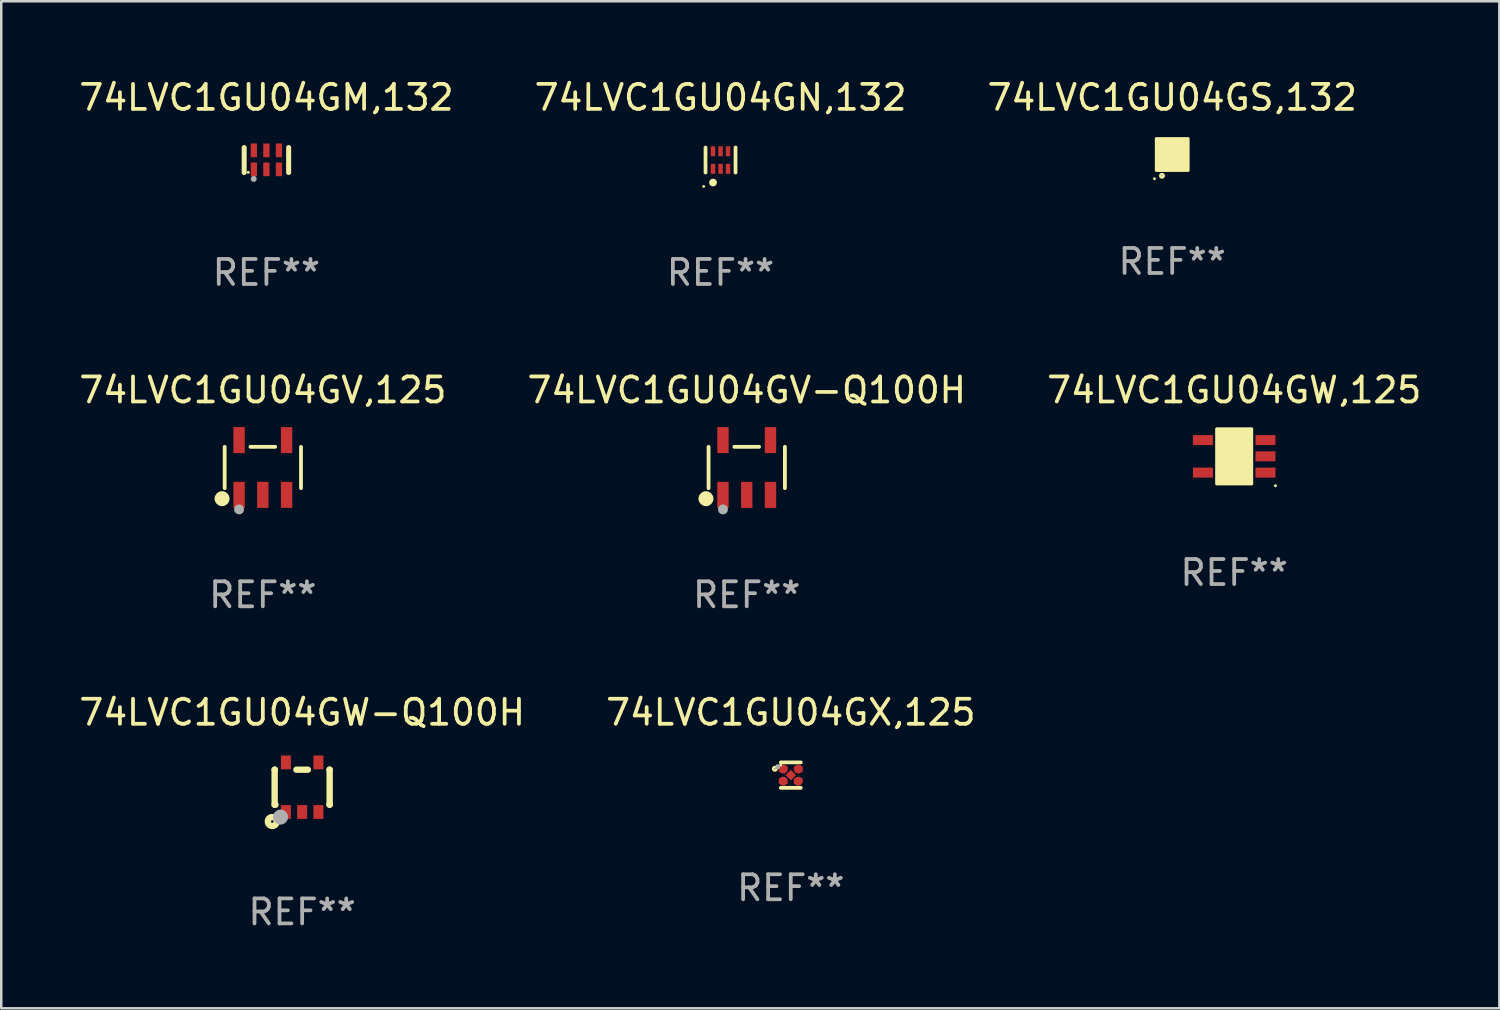
<source format=kicad_pcb>
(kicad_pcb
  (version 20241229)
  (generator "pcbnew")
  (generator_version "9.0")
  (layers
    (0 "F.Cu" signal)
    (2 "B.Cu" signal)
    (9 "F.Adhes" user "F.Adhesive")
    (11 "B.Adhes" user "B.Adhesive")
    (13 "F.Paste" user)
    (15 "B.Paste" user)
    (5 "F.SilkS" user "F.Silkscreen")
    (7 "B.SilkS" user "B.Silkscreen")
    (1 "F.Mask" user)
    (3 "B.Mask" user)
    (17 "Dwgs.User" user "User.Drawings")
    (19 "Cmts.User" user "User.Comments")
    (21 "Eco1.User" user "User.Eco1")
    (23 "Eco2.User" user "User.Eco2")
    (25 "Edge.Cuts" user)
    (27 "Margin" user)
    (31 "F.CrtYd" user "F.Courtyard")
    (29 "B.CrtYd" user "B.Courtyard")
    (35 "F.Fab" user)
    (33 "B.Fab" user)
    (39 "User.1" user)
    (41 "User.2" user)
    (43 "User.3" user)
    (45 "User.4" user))
  (footprint "74LVC1GU04GS,132"
    (layer "F.Cu")
    (at 43.815 3.128)
    (property "Reference" "74LVC1GU04GS,132" (at 0 -2.28 0) (layer "F.SilkS") (effects (font (size 1 1) (thickness 0.15))))
    (attr through_hole)
    (fp_circle (center -0.71 0.968) (end -0.68 0.968) (stroke (width 0.06) (type solid)) (fill no) (layer "F.SilkS"))
    (fp_circle (center -0.41 0.85) (end -0.342 0.85) (stroke (width 0.1) (type solid)) (fill no) (layer "F.SilkS"))
    (fp_poly (pts (xy -0.635 -0.635) (xy 0.635 -0.635) (xy 0.635 0.635) (xy -0.635 0.635)) (stroke (width 0.12) (type solid)) (fill yes) (layer "F.SilkS"))
    (fp_text user "REF**" (at 0 4.28 0) (layer "F.Fab") (effects (font (size 1 1) (thickness 0.15))))
    (pad "1" smd rect (at -0.35 0.28 90) (size 0.35 0.2) (layers "F.Cu" "F.Mask" "F.Paste"))
    (pad "2" smd rect (at 0 0.28 90) (size 0.35 0.2) (layers "F.Cu" "F.Mask" "F.Paste"))
    (pad "3" smd rect (at 0.35 0.28 90) (size 0.35 0.2) (layers "F.Cu" "F.Mask" "F.Paste"))
    (pad "4" smd rect (at 0.35 -0.28 90) (size 0.35 0.2) (layers "F.Cu" "F.Mask" "F.Paste"))
    (pad "5" smd rect (at 0 -0.28 90) (size 0.35 0.2) (layers "F.Cu" "F.Mask" "F.Paste"))
    (pad "6" smd rect (at -0.35 -0.28 90) (size 0.35 0.2) (layers "F.Cu" "F.Mask" "F.Paste")))
  (footprint "74LVC1GU04GN,132"
    (layer "F.Cu")
    (at 25.756 3.348)
    (property "Reference" "74LVC1GU04GN,132" (at 0 -2.5 0) (layer "F.SilkS") (effects (font (size 1 1) (thickness 0.15))))
    (attr through_hole)
    (fp_line (start -0.6 -0.5) (end -0.6 0.5) (stroke (width 0.15) (type solid)) (layer "F.SilkS"))
    (fp_line (start 0.6 0.5) (end 0.6 -0.5) (stroke (width 0.15) (type solid)) (layer "F.SilkS"))
    (fp_circle (center -0.675 1.055) (end -0.645 1.055) (stroke (width 0.06) (type solid)) (fill no) (layer "F.SilkS"))
    (fp_circle (center -0.3 0.9) (end -0.22 0.9) (stroke (width 0.15) (type solid)) (fill no) (layer "F.SilkS"))
    (fp_text user "REF**" (at 0 4.5 0) (layer "F.Fab") (effects (font (size 1 1) (thickness 0.15))))
    (pad "1" smd rect (at -0.3 0.35) (size 0.18 0.4) (layers "F.Cu" "F.Mask" "F.Paste"))
    (pad "2" smd rect (at 0.000025 0.35) (size 0.18 0.4) (layers "F.Cu" "F.Mask" "F.Paste"))
    (pad "3" smd rect (at 0.3 0.35) (size 0.18 0.4) (layers "F.Cu" "F.Mask" "F.Paste"))
    (pad "4" smd rect (at 0.3 -0.35) (size 0.18 0.4) (layers "F.Cu" "F.Mask" "F.Paste"))
    (pad "5" smd rect (at 0.000025 -0.35) (size 0.18 0.4) (layers "F.Cu" "F.Mask" "F.Paste"))
    (pad "6" smd rect (at -0.3 -0.35) (size 0.18 0.4) (layers "F.Cu" "F.Mask" "F.Paste")))
  (footprint "74LVC1GU04GM,132"
    (layer "F.Cu")
    (at 7.601 3.348)
    (property "Reference" "74LVC1GU04GM,132" (at 0 -2.5 0) (layer "F.SilkS") (effects (font (size 1 1) (thickness 0.15))))
    (attr through_hole)
    (fp_line (start -0.889 0.5) (end -0.889 -0.5) (stroke (width 0.2) (type solid)) (layer "F.SilkS"))
    (fp_line (start 0.889 0.5) (end 0.889 -0.5) (stroke (width 0.2) (type solid)) (layer "F.SilkS"))
    (fp_circle (center -0.725 0.492) (end -0.695 0.492) (stroke (width 0.06) (type solid)) (fill no) (layer "F.SilkS"))
    (fp_circle (center -0.508 0.754) (end -0.448 0.754) (stroke (width 0.12) (type solid)) (fill no) (layer "F.Fab"))
    (fp_text user "REF**" (at 0 4.5 0) (layer "F.Fab") (effects (font (size 1 1) (thickness 0.15))))
    (pad "1" smd rect (at -0.5 0.372) (size 0.25 0.55) (layers "F.Cu" "F.Mask" "F.Paste"))
    (pad "2" smd rect (at -0.000127 0.372) (size 0.25 0.55) (layers "F.Cu" "F.Mask" "F.Paste"))
    (pad "3" smd rect (at 0.5 0.372) (size 0.25 0.55) (layers "F.Cu" "F.Mask" "F.Paste"))
    (pad "4" smd rect (at 0.5 -0.388 180) (size 0.25 0.55) (layers "F.Cu" "F.Mask" "F.Paste"))
    (pad "5" smd rect (at -0.000127 -0.388 180) (size 0.25 0.55) (layers "F.Cu" "F.Mask" "F.Paste"))
    (pad "6" smd rect (at -0.5 -0.388 180) (size 0.25 0.55) (layers "F.Cu" "F.Mask" "F.Paste")))
  (footprint "74LVC1GU04GW-Q100H"
    (layer "F.Cu")
    (at 9.03 28.422)
    (property "Reference" "74LVC1GU04GW-Q100H" (at 0 -2.991 0) (layer "F.SilkS") (effects (font (size 1 1) (thickness 0.15))))
    (attr through_hole)
    (fp_line (start -1.1 -0.7) (end -1.1 0.7) (stroke (width 0.254) (type solid)) (layer "F.SilkS"))
    (fp_line (start -1.1 -0.7) (end -1.09 -0.7) (stroke (width 0.254) (type solid)) (layer "F.SilkS"))
    (fp_line (start -1.1 0.7) (end -1.065 0.7) (stroke (width 0.254) (type solid)) (layer "F.SilkS"))
    (fp_line (start -0.23 -0.7) (end 0.23 -0.7) (stroke (width 0.254) (type solid)) (layer "F.SilkS"))
    (fp_line (start 1.09 -0.7) (end 1.1 -0.7) (stroke (width 0.254) (type solid)) (layer "F.SilkS"))
    (fp_line (start 1.09 0.7) (end 1.1 0.7) (stroke (width 0.254) (type solid)) (layer "F.SilkS"))
    (fp_line (start 1.1 -0.7) (end 1.1 0.7) (stroke (width 0.254) (type solid)) (layer "F.SilkS"))
    (fp_circle (center -1.194 1.372) (end -1.143 1.372) (stroke (width 0.254) (type solid)) (fill no) (layer "F.SilkS"))
    (fp_circle (center -1.05 1.063) (end -1.02 1.063) (stroke (width 0.06) (type solid)) (fill no) (layer "F.SilkS"))
    (fp_circle (center -0.864 1.194) (end -0.713 1.194) (stroke (width 0.3) (type solid)) (fill no) (layer "F.Fab"))
    (fp_text user "REF**" (at 0 4.991 0) (layer "F.Fab") (effects (font (size 1 1) (thickness 0.15))))
    (pad "1" smd rect (at -0.65 0.991 180) (size 0.399 0.551) (layers "F.Cu" "F.Mask" "F.Paste"))
    (pad "2" smd rect (at 0 0.991 180) (size 0.399 0.551) (layers "F.Cu" "F.Mask" "F.Paste"))
    (pad "3" smd rect (at 0.65 0.991 180) (size 0.399 0.551) (layers "F.Cu" "F.Mask" "F.Paste"))
    (pad "4" smd rect (at 0.65 -0.991 180) (size 0.399 0.551) (layers "F.Cu" "F.Mask" "F.Paste"))
    (pad "5" smd rect (at -0.65 -0.991 180) (size 0.399 0.551) (layers "F.Cu" "F.Mask" "F.Paste")))
  (footprint "74LVC1GU04GV-Q100H"
    (layer "F.Cu")
    (at 26.804 15.64)
    (property "Reference" "74LVC1GU04GV-Q100H" (at 0 -3.095 0) (layer "F.SilkS") (effects (font (size 1 1) (thickness 0.15))))
    (attr through_hole)
    (fp_line (start -1.526 0.826) (end -1.526 -0.826) (stroke (width 0.152) (type solid)) (layer "F.SilkS"))
    (fp_line (start 0.494 -0.826) (end -0.494 -0.826) (stroke (width 0.152) (type solid)) (layer "F.SilkS"))
    (fp_line (start 1.526 0.826) (end 1.526 -0.826) (stroke (width 0.152) (type solid)) (layer "F.SilkS"))
    (fp_circle (center -1.63 1.247) (end -1.48 1.247) (stroke (width 0.3) (type solid)) (fill no) (layer "F.SilkS"))
    (fp_circle (center -1.45 1.375) (end -1.42 1.375) (stroke (width 0.06) (type solid)) (fill no) (layer "F.SilkS"))
    (fp_circle (center -0.95 1.675) (end -0.85 1.675) (stroke (width 0.2) (type solid)) (fill no) (layer "F.Fab"))
    (fp_text user "REF**" (at 0 5.095 0) (layer "F.Fab") (effects (font (size 1 1) (thickness 0.15))))
    (pad "1" smd rect (at -0.95 1.095) (size 0.455 1.04) (layers "F.Cu" "F.Mask" "F.Paste"))
    (pad "2" smd rect (at 0 1.095) (size 0.455 1.04) (layers "F.Cu" "F.Mask" "F.Paste"))
    (pad "3" smd rect (at 0.95 1.095) (size 0.455 1.04) (layers "F.Cu" "F.Mask" "F.Paste"))
    (pad "4" smd rect (at 0.95 -1.095) (size 0.455 1.04) (layers "F.Cu" "F.Mask" "F.Paste"))
    (pad "5" smd rect (at -0.95 -1.095) (size 0.455 1.04) (layers "F.Cu" "F.Mask" "F.Paste")))
  (footprint "74LVC1GU04GX,125"
    (layer "F.Cu")
    (at 28.565 27.939)
    (property "Reference" "74LVC1GU04GX,125" (at 0 -2.508 0) (layer "F.SilkS") (effects (font (size 1 1) (thickness 0.15))))
    (attr through_hole)
    (fp_line (start 0.4 -0.508) (end -0.4 -0.508) (stroke (width 0.15) (type solid)) (layer "F.SilkS"))
    (fp_line (start 0.4 0.508) (end -0.4 0.508) (stroke (width 0.15) (type solid)) (layer "F.SilkS"))
    (fp_circle (center -0.635 -0.254) (end -0.615 -0.254) (stroke (width 0.1) (type solid)) (fill no) (layer "F.SilkS"))
    (fp_circle (center -0.401 -0.4) (end -0.371 -0.4) (stroke (width 0.06) (type solid)) (fill no) (layer "F.SilkS"))
    (fp_circle (center -0.523 -0.337) (end -0.473 -0.337) (stroke (width 0.1) (type solid)) (fill no) (layer "F.Fab"))
    (fp_text user "REF**" (at 0 4.508 0) (layer "F.Fab") (effects (font (size 1 1) (thickness 0.15))))
    (pad "1" smd custom (at -0.3 -0.24) (size 0.36 0.22) (layers "F.Cu" "F.Mask" "F.Paste") (options (anchor circle)) (primitives (gr_poly (pts (xy -0.18 -0.11) (xy -0.18 0.11) (xy 0.000127 0.11) (xy 0.18 -0.03) (xy 0.18 -0.11) (xy -0.18 -0.11)) (width 0) (fill yes))))
    (pad "2" smd custom (at -0.3 0.24) (size 0.36 0.22) (layers "F.Cu" "F.Mask" "F.Paste") (options (anchor circle)) (primitives (gr_poly (pts (xy -0.18 0.11) (xy -0.18 -0.11) (xy 0.000127 -0.11) (xy 0.18 0.03) (xy 0.18 0.11) (xy -0.18 0.11)) (width 0) (fill yes))))
    (pad "3" smd rect (at 0.000102 -0.000127 45) (size 0.3 0.3) (layers "F.Cu" "F.Mask" "F.Paste"))
    (pad "4" smd custom (at 0.3 0.24 180) (size 0.36 0.22) (layers "F.Cu" "F.Mask" "F.Paste") (options (anchor circle)) (primitives (gr_poly (pts (xy 0.18 0.11) (xy 0.18 -0.11) (xy -0.000178 -0.11) (xy -0.18 0.03) (xy -0.18 0.11) (xy 0.18 0.11)) (width 0) (fill yes))))
    (pad "5" smd custom (at 0.3 -0.24) (size 0.36 0.22) (layers "F.Cu" "F.Mask" "F.Paste") (options (anchor circle)) (primitives (gr_poly (pts (xy 0.18 -0.11) (xy 0.18 0.11) (xy -0.000152 0.11) (xy -0.18 -0.03) (xy -0.18 -0.11) (xy 0.18 -0.11)) (width 0) (fill yes)))))
  (footprint "74LVC1GU04GW,125"
    (layer "F.Cu")
    (at 46.292 15.195)
    (property "Reference" "74LVC1GU04GW,125" (at 0 -2.65 0) (layer "F.SilkS") (effects (font (size 1 1) (thickness 0.15))))
    (attr through_hole)
    (fp_arc (start 0.381001 0.637541) (mid 0.380995 0.636271) (end 0.381001 0.635001) (stroke (width 0.24892) (type solid)) (layer "F.SilkS"))
    (fp_circle (center 1.65 1.175) (end 1.68 1.175) (stroke (width 0.06) (type solid)) (fill no) (layer "F.SilkS"))
    (fp_poly (pts (xy -0.7 -1.1) (xy 0.7 -1.1) (xy 0.7 1.1) (xy -0.7 1.1)) (stroke (width 0.12) (type solid)) (fill yes) (layer "F.SilkS"))
    (fp_text user "REF**" (at 0 4.65 0) (layer "F.Fab") (effects (font (size 1 1) (thickness 0.15))))
    (pad "1" smd rect (at 1.25 0.65 270) (size 0.4 0.8) (layers "F.Cu" "F.Mask" "F.Paste"))
    (pad "2" smd rect (at 1.25 0 270) (size 0.4 0.8) (layers "F.Cu" "F.Mask" "F.Paste"))
    (pad "3" smd rect (at 1.25 -0.65 270) (size 0.4 0.8) (layers "F.Cu" "F.Mask" "F.Paste"))
    (pad "4" smd rect (at -1.25 -0.65 270) (size 0.4 0.8) (layers "F.Cu" "F.Mask" "F.Paste"))
    (pad "5" smd rect (at -1.25 0.65 270) (size 0.4 0.8) (layers "F.Cu" "F.Mask" "F.Paste")))
  (footprint "74LVC1GU04GV,125"
    (layer "F.Cu")
    (at 7.458 15.64)
    (property "Reference" "74LVC1GU04GV,125" (at 0 -3.095 0) (layer "F.SilkS") (effects (font (size 1 1) (thickness 0.15))))
    (attr through_hole)
    (fp_line (start -1.526 0.826) (end -1.526 -0.826) (stroke (width 0.152) (type solid)) (layer "F.SilkS"))
    (fp_line (start 0.494 -0.826) (end -0.494 -0.826) (stroke (width 0.152) (type solid)) (layer "F.SilkS"))
    (fp_line (start 1.526 0.826) (end 1.526 -0.826) (stroke (width 0.152) (type solid)) (layer "F.SilkS"))
    (fp_circle (center -1.63 1.247) (end -1.48 1.247) (stroke (width 0.3) (type solid)) (fill no) (layer "F.SilkS"))
    (fp_circle (center -1.45 1.375) (end -1.42 1.375) (stroke (width 0.06) (type solid)) (fill no) (layer "F.SilkS"))
    (fp_circle (center -0.95 1.675) (end -0.85 1.675) (stroke (width 0.2) (type solid)) (fill no) (layer "F.Fab"))
    (fp_text user "REF**" (at 0 5.095 0) (layer "F.Fab") (effects (font (size 1 1) (thickness 0.15))))
    (pad "1" smd rect (at -0.95 1.095) (size 0.455 1.04) (layers "F.Cu" "F.Mask" "F.Paste"))
    (pad "2" smd rect (at 0 1.095) (size 0.455 1.04) (layers "F.Cu" "F.Mask" "F.Paste"))
    (pad "3" smd rect (at 0.95 1.095) (size 0.455 1.04) (layers "F.Cu" "F.Mask" "F.Paste"))
    (pad "4" smd rect (at 0.95 -1.095) (size 0.455 1.04) (layers "F.Cu" "F.Mask" "F.Paste"))
    (pad "5" smd rect (at -0.95 -1.095) (size 0.455 1.04) (layers "F.Cu" "F.Mask" "F.Paste")))
  (gr_rect
    (start -3 -3)
    (end 56.893 37.261)
    (stroke (width 0.1) (type default))
    (fill no)
    (layer "Edge.Cuts")))
</source>
